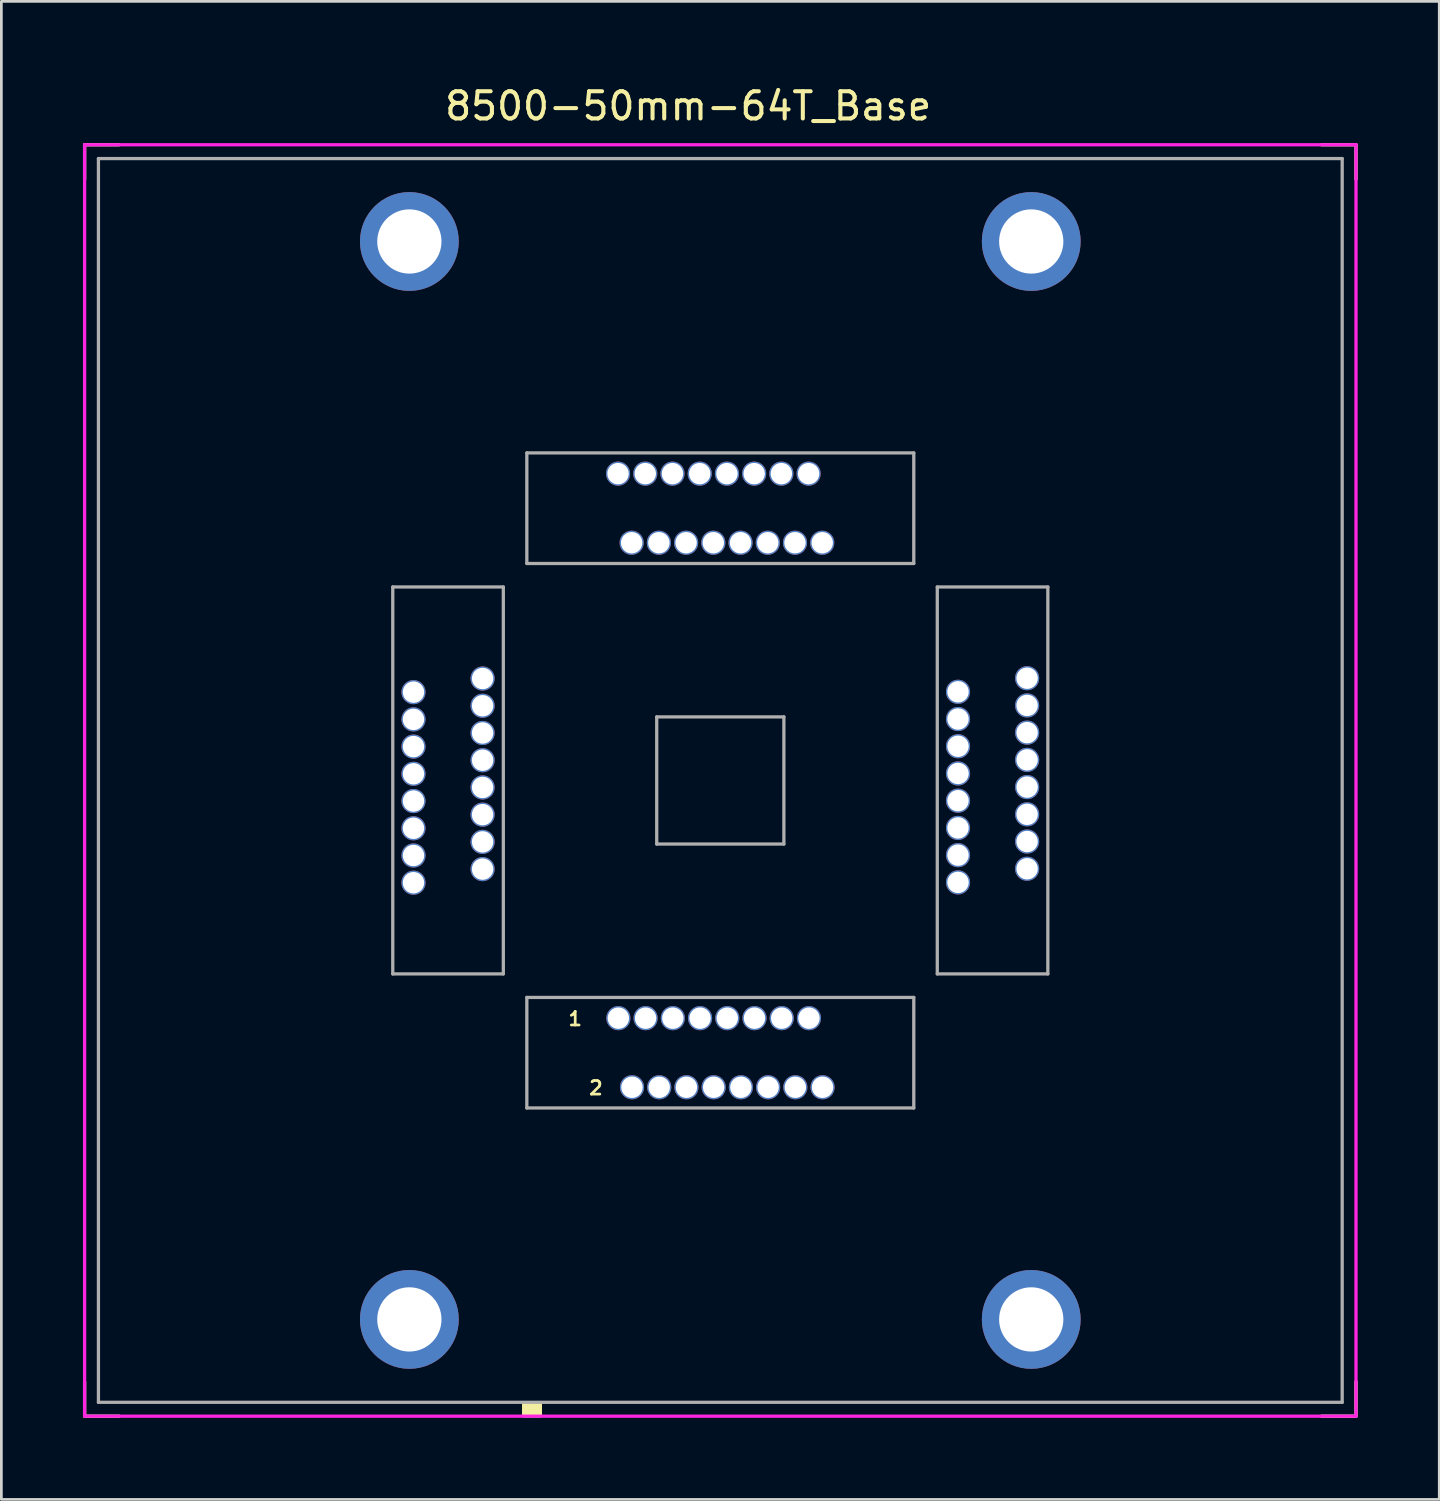
<source format=kicad_pcb>
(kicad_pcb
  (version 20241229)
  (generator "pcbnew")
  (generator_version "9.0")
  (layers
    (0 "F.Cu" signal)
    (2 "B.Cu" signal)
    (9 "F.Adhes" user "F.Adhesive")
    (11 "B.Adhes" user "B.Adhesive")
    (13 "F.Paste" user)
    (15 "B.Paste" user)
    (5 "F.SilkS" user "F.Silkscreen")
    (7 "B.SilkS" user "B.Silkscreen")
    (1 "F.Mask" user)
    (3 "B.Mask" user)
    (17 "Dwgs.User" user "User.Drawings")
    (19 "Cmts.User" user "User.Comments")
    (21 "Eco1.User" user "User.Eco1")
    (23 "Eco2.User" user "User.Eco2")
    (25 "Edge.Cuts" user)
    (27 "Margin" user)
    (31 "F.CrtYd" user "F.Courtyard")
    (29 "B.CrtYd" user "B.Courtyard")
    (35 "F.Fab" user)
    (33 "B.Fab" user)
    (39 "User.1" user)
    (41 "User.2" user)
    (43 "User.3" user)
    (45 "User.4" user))
  (footprint "8500-50mm-64T_Base"
    (layer "F.Cu")
    (at 23.428 25.639)
    (property "Reference" "8500-50mm-64T_Base" (at -1.181 -24.79 0) (layer "F.SilkS") (effects (font (size 1 1) (thickness 0.15))))
    (attr through_hole)
    (fp_line (start -23.368 -23.368) (end -22.098 -23.368) (stroke (width 0.12) (type solid)) (layer "F.SilkS"))
    (fp_line (start -23.368 -22.098) (end -23.368 -23.368) (stroke (width 0.12) (type solid)) (layer "F.SilkS"))
    (fp_line (start -23.368 22.098) (end -23.368 23.368) (stroke (width 0.12) (type solid)) (layer "F.SilkS"))
    (fp_line (start -23.368 23.368) (end -22.098 23.368) (stroke (width 0.12) (type solid)) (layer "F.SilkS"))
    (fp_line (start 22.098 -23.368) (end 23.368 -23.368) (stroke (width 0.12) (type solid)) (layer "F.SilkS"))
    (fp_line (start 22.098 23.368) (end 23.368 23.368) (stroke (width 0.12) (type solid)) (layer "F.SilkS"))
    (fp_line (start 23.368 -23.368) (end 23.368 -22.098) (stroke (width 0.12) (type solid)) (layer "F.SilkS"))
    (fp_line (start 23.368 23.368) (end 23.368 22.098) (stroke (width 0.12) (type solid)) (layer "F.SilkS"))
    (fp_poly (pts (xy -7.239 23.368) (xy -7.239 22.86) (xy -6.604 22.86) (xy -6.604 23.368)) (stroke (width 0.1) (type solid)) (fill yes) (layer "F.SilkS"))
    (fp_line (start -23.368 -23.368) (end -23.368 23.368) (stroke (width 0.12) (type solid)) (layer "F.CrtYd"))
    (fp_line (start -23.368 23.368) (end 23.368 23.368) (stroke (width 0.12) (type solid)) (layer "F.CrtYd"))
    (fp_line (start 23.368 -23.368) (end -23.368 -23.368) (stroke (width 0.12) (type solid)) (layer "F.CrtYd"))
    (fp_line (start 23.368 23.368) (end 23.368 -23.368) (stroke (width 0.12) (type solid)) (layer "F.CrtYd"))
    (fp_line (start -22.86 -22.86) (end -22.86 22.86) (stroke (width 0.12) (type solid)) (layer "F.Fab"))
    (fp_line (start -22.86 22.86) (end 22.86 22.86) (stroke (width 0.12) (type solid)) (layer "F.Fab"))
    (fp_line (start -12.04 -7.112) (end -12.04 7.112) (stroke (width 0.12) (type solid)) (layer "F.Fab"))
    (fp_line (start -7.976 -7.112) (end -12.04 -7.112) (stroke (width 0.12) (type solid)) (layer "F.Fab"))
    (fp_line (start -7.976 -7.112) (end -7.976 7.112) (stroke (width 0.12) (type solid)) (layer "F.Fab"))
    (fp_line (start -7.976 7.112) (end -12.04 7.112) (stroke (width 0.12) (type solid)) (layer "F.Fab"))
    (fp_line (start -7.112 -7.976) (end -7.112 -12.04) (stroke (width 0.12) (type solid)) (layer "F.Fab"))
    (fp_line (start -7.112 7.976) (end -7.112 12.04) (stroke (width 0.12) (type solid)) (layer "F.Fab"))
    (fp_line (start -7.112 7.976) (end 7.112 7.976) (stroke (width 0.12) (type solid)) (layer "F.Fab"))
    (fp_line (start -7.112 12.04) (end 7.112 12.04) (stroke (width 0.12) (type solid)) (layer "F.Fab"))
    (fp_line (start -2.337 -2.337) (end -2.337 2.337) (stroke (width 0.12) (type solid)) (layer "F.Fab"))
    (fp_line (start -2.337 2.337) (end 2.337 2.337) (stroke (width 0.12) (type solid)) (layer "F.Fab"))
    (fp_line (start 2.337 -2.337) (end -2.337 -2.337) (stroke (width 0.12) (type solid)) (layer "F.Fab"))
    (fp_line (start 2.337 2.337) (end 2.337 -2.337) (stroke (width 0.12) (type solid)) (layer "F.Fab"))
    (fp_line (start 7.112 -12.04) (end -7.112 -12.04) (stroke (width 0.12) (type solid)) (layer "F.Fab"))
    (fp_line (start 7.112 -7.976) (end -7.112 -7.976) (stroke (width 0.12) (type solid)) (layer "F.Fab"))
    (fp_line (start 7.112 -7.976) (end 7.112 -12.04) (stroke (width 0.12) (type solid)) (layer "F.Fab"))
    (fp_line (start 7.112 7.976) (end 7.112 12.04) (stroke (width 0.12) (type solid)) (layer "F.Fab"))
    (fp_line (start 7.976 -7.112) (end 12.04 -7.112) (stroke (width 0.12) (type solid)) (layer "F.Fab"))
    (fp_line (start 7.976 7.112) (end 7.976 -7.112) (stroke (width 0.12) (type solid)) (layer "F.Fab"))
    (fp_line (start 7.976 7.112) (end 12.04 7.112) (stroke (width 0.12) (type solid)) (layer "F.Fab"))
    (fp_line (start 12.04 7.112) (end 12.04 -7.112) (stroke (width 0.12) (type solid)) (layer "F.Fab"))
    (fp_line (start 22.86 -22.86) (end -22.86 -22.86) (stroke (width 0.12) (type solid)) (layer "F.Fab"))
    (fp_line (start 22.86 22.86) (end 22.86 -22.86) (stroke (width 0.12) (type solid)) (layer "F.Fab"))
    (fp_text user "1" (at -5.334 8.763 0) (layer "F.SilkS") (effects (font (size 0.5 0.5) (thickness 0.1))))
    (fp_text user "2" (at -4.572 11.303 0) (layer "F.SilkS") (effects (font (size 0.5 0.5) (thickness 0.1))))
    (pad "1" thru_hole circle (at -3.747 8.738) (size 0.889 0.889) (drill 0.787) (layers "*.Cu" "*.Mask"))
    (pad "2" thru_hole circle (at -3.246 11.278) (size 0.889 0.889) (drill 0.787) (layers "*.Cu" "*.Mask"))
    (pad "3" thru_hole circle (at -2.746 8.738) (size 0.889 0.889) (drill 0.787) (layers "*.Cu" "*.Mask"))
    (pad "4" thru_hole circle (at -2.245 11.278) (size 0.889 0.889) (drill 0.787) (layers "*.Cu" "*.Mask"))
    (pad "5" thru_hole circle (at -1.745 8.738) (size 0.889 0.889) (drill 0.787) (layers "*.Cu" "*.Mask"))
    (pad "6" thru_hole circle (at -1.245 11.278) (size 0.889 0.889) (drill 0.787) (layers "*.Cu" "*.Mask"))
    (pad "7" thru_hole circle (at -0.744 8.738) (size 0.889 0.889) (drill 0.787) (layers "*.Cu" "*.Mask"))
    (pad "8" thru_hole circle (at -0.244 11.278) (size 0.889 0.889) (drill 0.787) (layers "*.Cu" "*.Mask"))
    (pad "9" thru_hole circle (at 0.257 8.738) (size 0.889 0.889) (drill 0.787) (layers "*.Cu" "*.Mask"))
    (pad "10" thru_hole circle (at 0.757 11.278) (size 0.889 0.889) (drill 0.787) (layers "*.Cu" "*.Mask"))
    (pad "11" thru_hole circle (at 1.257 8.738) (size 0.889 0.889) (drill 0.787) (layers "*.Cu" "*.Mask"))
    (pad "12" thru_hole circle (at 1.758 11.278) (size 0.889 0.889) (drill 0.787) (layers "*.Cu" "*.Mask"))
    (pad "13" thru_hole circle (at 2.258 8.738) (size 0.889 0.889) (drill 0.787) (layers "*.Cu" "*.Mask"))
    (pad "14" thru_hole circle (at 2.758 11.278) (size 0.889 0.889) (drill 0.787) (layers "*.Cu" "*.Mask"))
    (pad "15" thru_hole circle (at 3.259 8.738) (size 0.889 0.889) (drill 0.787) (layers "*.Cu" "*.Mask"))
    (pad "16" thru_hole circle (at 3.759 11.278) (size 0.889 0.889) (drill 0.787) (layers "*.Cu" "*.Mask"))
    (pad "17" thru_hole circle (at 8.738 3.747) (size 0.889 0.889) (drill 0.787) (layers "*.Cu" "*.Mask"))
    (pad "18" thru_hole circle (at 11.278 3.246) (size 0.889 0.889) (drill 0.787) (layers "*.Cu" "*.Mask"))
    (pad "19" thru_hole circle (at 8.738 2.746) (size 0.889 0.889) (drill 0.787) (layers "*.Cu" "*.Mask"))
    (pad "20" thru_hole circle (at 11.278 2.245) (size 0.889 0.889) (drill 0.787) (layers "*.Cu" "*.Mask"))
    (pad "21" thru_hole circle (at 8.738 1.745) (size 0.889 0.889) (drill 0.787) (layers "*.Cu" "*.Mask"))
    (pad "22" thru_hole circle (at 11.278 1.245) (size 0.889 0.889) (drill 0.787) (layers "*.Cu" "*.Mask"))
    (pad "23" thru_hole circle (at 8.738 0.744) (size 0.889 0.889) (drill 0.787) (layers "*.Cu" "*.Mask"))
    (pad "24" thru_hole circle (at 11.278 0.244) (size 0.889 0.889) (drill 0.787) (layers "*.Cu" "*.Mask"))
    (pad "25" thru_hole circle (at 8.738 -0.257) (size 0.889 0.889) (drill 0.787) (layers "*.Cu" "*.Mask"))
    (pad "26" thru_hole circle (at 11.278 -0.757) (size 0.889 0.889) (drill 0.787) (layers "*.Cu" "*.Mask"))
    (pad "27" thru_hole circle (at 8.738 -1.257) (size 0.889 0.889) (drill 0.787) (layers "*.Cu" "*.Mask"))
    (pad "28" thru_hole circle (at 11.278 -1.758) (size 0.889 0.889) (drill 0.787) (layers "*.Cu" "*.Mask"))
    (pad "29" thru_hole circle (at 8.738 -2.258) (size 0.889 0.889) (drill 0.787) (layers "*.Cu" "*.Mask"))
    (pad "30" thru_hole circle (at 11.278 -2.758) (size 0.889 0.889) (drill 0.787) (layers "*.Cu" "*.Mask"))
    (pad "31" thru_hole circle (at 8.738 -3.259) (size 0.889 0.889) (drill 0.787) (layers "*.Cu" "*.Mask"))
    (pad "32" thru_hole circle (at 11.278 -3.759) (size 0.889 0.889) (drill 0.787) (layers "*.Cu" "*.Mask"))
    (pad "33" thru_hole circle (at 3.747 -8.738) (size 0.889 0.889) (drill 0.787) (layers "*.Cu" "*.Mask"))
    (pad "34" thru_hole circle (at 3.246 -11.278) (size 0.889 0.889) (drill 0.787) (layers "*.Cu" "*.Mask"))
    (pad "35" thru_hole circle (at 2.746 -8.738) (size 0.889 0.889) (drill 0.787) (layers "*.Cu" "*.Mask"))
    (pad "36" thru_hole circle (at 2.245 -11.278) (size 0.889 0.889) (drill 0.787) (layers "*.Cu" "*.Mask"))
    (pad "37" thru_hole circle (at 1.745 -8.738) (size 0.889 0.889) (drill 0.787) (layers "*.Cu" "*.Mask"))
    (pad "38" thru_hole circle (at 1.245 -11.278) (size 0.889 0.889) (drill 0.787) (layers "*.Cu" "*.Mask"))
    (pad "39" thru_hole circle (at 0.744 -8.738) (size 0.889 0.889) (drill 0.787) (layers "*.Cu" "*.Mask"))
    (pad "40" thru_hole circle (at 0.244 -11.278) (size 0.889 0.889) (drill 0.787) (layers "*.Cu" "*.Mask"))
    (pad "41" thru_hole circle (at -0.257 -8.738) (size 0.889 0.889) (drill 0.787) (layers "*.Cu" "*.Mask"))
    (pad "42" thru_hole circle (at -0.757 -11.278) (size 0.889 0.889) (drill 0.787) (layers "*.Cu" "*.Mask"))
    (pad "43" thru_hole circle (at -1.257 -8.738) (size 0.889 0.889) (drill 0.787) (layers "*.Cu" "*.Mask"))
    (pad "44" thru_hole circle (at -1.758 -11.278) (size 0.889 0.889) (drill 0.787) (layers "*.Cu" "*.Mask"))
    (pad "45" thru_hole circle (at -2.258 -8.738) (size 0.889 0.889) (drill 0.787) (layers "*.Cu" "*.Mask"))
    (pad "46" thru_hole circle (at -2.758 -11.278) (size 0.889 0.889) (drill 0.787) (layers "*.Cu" "*.Mask"))
    (pad "47" thru_hole circle (at -3.259 -8.738) (size 0.889 0.889) (drill 0.787) (layers "*.Cu" "*.Mask"))
    (pad "48" thru_hole circle (at -3.759 -11.278) (size 0.889 0.889) (drill 0.787) (layers "*.Cu" "*.Mask"))
    (pad "49" thru_hole circle (at -8.738 -3.747) (size 0.889 0.889) (drill 0.787) (layers "*.Cu" "*.Mask"))
    (pad "50" thru_hole circle (at -11.278 -3.246) (size 0.889 0.889) (drill 0.787) (layers "*.Cu" "*.Mask"))
    (pad "51" thru_hole circle (at -8.738 -2.746) (size 0.889 0.889) (drill 0.787) (layers "*.Cu" "*.Mask"))
    (pad "52" thru_hole circle (at -11.278 -2.245) (size 0.889 0.889) (drill 0.787) (layers "*.Cu" "*.Mask"))
    (pad "53" thru_hole circle (at -8.738 -1.745) (size 0.889 0.889) (drill 0.787) (layers "*.Cu" "*.Mask"))
    (pad "54" thru_hole circle (at -11.278 -1.245) (size 0.889 0.889) (drill 0.787) (layers "*.Cu" "*.Mask"))
    (pad "55" thru_hole circle (at -8.738 -0.744) (size 0.889 0.889) (drill 0.787) (layers "*.Cu" "*.Mask"))
    (pad "56" thru_hole circle (at -11.278 -0.244) (size 0.889 0.889) (drill 0.787) (layers "*.Cu" "*.Mask"))
    (pad "57" thru_hole circle (at -8.738 0.257) (size 0.889 0.889) (drill 0.787) (layers "*.Cu" "*.Mask"))
    (pad "58" thru_hole circle (at -11.278 0.757) (size 0.889 0.889) (drill 0.787) (layers "*.Cu" "*.Mask"))
    (pad "59" thru_hole circle (at -8.738 1.257) (size 0.889 0.889) (drill 0.787) (layers "*.Cu" "*.Mask"))
    (pad "60" thru_hole circle (at -11.278 1.758) (size 0.889 0.889) (drill 0.787) (layers "*.Cu" "*.Mask"))
    (pad "61" thru_hole circle (at -8.738 2.258) (size 0.889 0.889) (drill 0.787) (layers "*.Cu" "*.Mask"))
    (pad "62" thru_hole circle (at -11.278 2.758) (size 0.889 0.889) (drill 0.787) (layers "*.Cu" "*.Mask"))
    (pad "63" thru_hole circle (at -8.738 3.259) (size 0.889 0.889) (drill 0.787) (layers "*.Cu" "*.Mask"))
    (pad "64" thru_hole circle (at -11.278 3.759) (size 0.889 0.889) (drill 0.787) (layers "*.Cu" "*.Mask"))
    (pad "65" thru_hole circle (at -11.43 19.812) (size 3.632 3.632) (drill 2.362) (layers "*.Cu" "*.Mask"))
    (pad "66" thru_hole circle (at 11.43 19.812) (size 3.632 3.632) (drill 2.362) (layers "*.Cu" "*.Mask"))
    (pad "67" thru_hole circle (at 11.43 -19.812) (size 3.632 3.632) (drill 2.362) (layers "*.Cu" "*.Mask"))
    (pad "68" thru_hole circle (at -11.43 -19.812) (size 3.632 3.632) (drill 2.362) (layers "*.Cu" "*.Mask")))
  (gr_rect
    (start -3 -3)
    (end 49.856 52.067)
    (stroke (width 0.1) (type default))
    (fill no)
    (layer "Edge.Cuts")))
</source>
